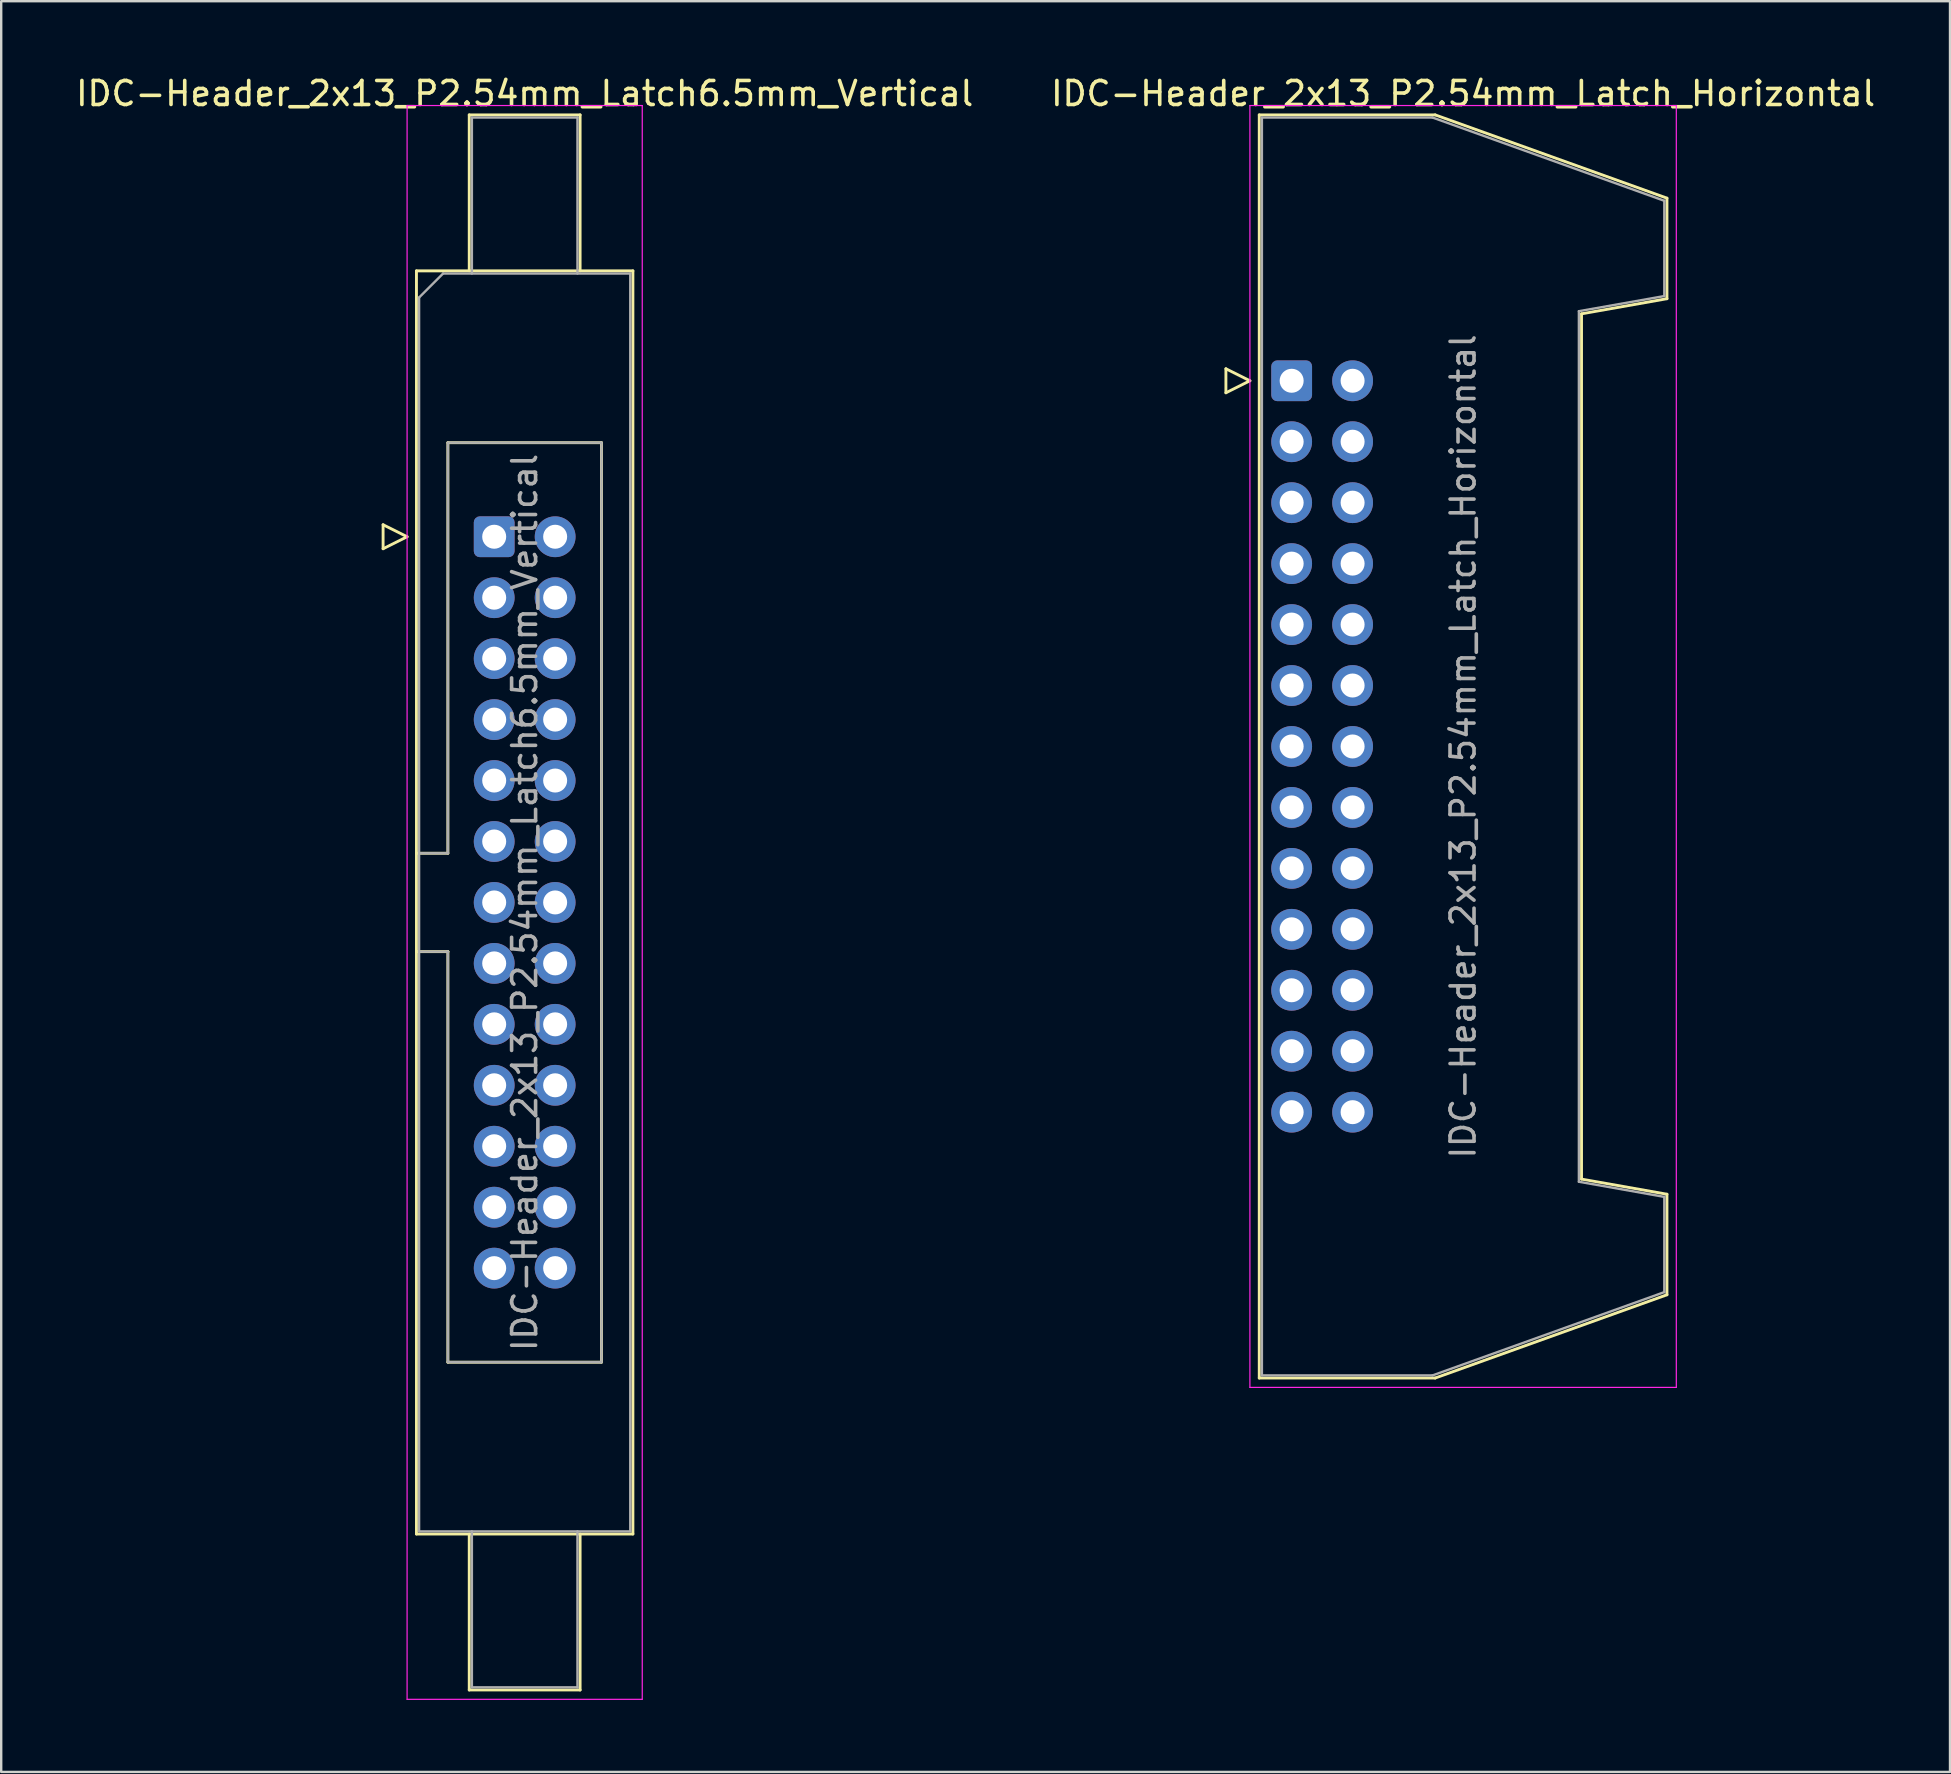
<source format=kicad_pcb>
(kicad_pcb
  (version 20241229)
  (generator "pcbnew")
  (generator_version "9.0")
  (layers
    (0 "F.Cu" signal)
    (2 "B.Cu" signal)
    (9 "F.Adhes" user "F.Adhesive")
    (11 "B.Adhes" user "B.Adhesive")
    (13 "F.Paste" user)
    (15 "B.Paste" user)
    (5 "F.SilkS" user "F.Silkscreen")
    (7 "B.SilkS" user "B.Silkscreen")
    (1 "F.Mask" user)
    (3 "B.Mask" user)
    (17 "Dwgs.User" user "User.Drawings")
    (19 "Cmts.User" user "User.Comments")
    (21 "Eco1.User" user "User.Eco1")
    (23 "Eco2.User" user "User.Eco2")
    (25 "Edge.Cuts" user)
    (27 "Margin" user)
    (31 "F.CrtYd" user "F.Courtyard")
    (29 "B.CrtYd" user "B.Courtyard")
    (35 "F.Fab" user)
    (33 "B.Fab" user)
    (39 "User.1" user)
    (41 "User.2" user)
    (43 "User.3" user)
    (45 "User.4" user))
  (footprint "IDC-Header_2x13_P2.54mm_Latch_Horizontal"
    (layer "F.Cu")
    (at 50.778 12.818)
    (property "Reference" "IDC-Header_2x13_P2.54mm_Latch_Horizontal" (at 7.145 -11.97 0) (layer "F.SilkS") (effects (font (size 1 1) (thickness 0.15))))
    (attr through_hole)
    (fp_line (start -2.74 -0.5) (end -2.74 0.5) (stroke (width 0.12) (type solid)) (layer "F.SilkS"))
    (fp_line (start -2.74 0.5) (end -1.74 0) (stroke (width 0.12) (type solid)) (layer "F.SilkS"))
    (fp_line (start -1.74 0) (end -2.74 -0.5) (stroke (width 0.12) (type solid)) (layer "F.SilkS"))
    (fp_line (start -1.35 -11.08) (end 5.98 -11.08) (stroke (width 0.12) (type solid)) (layer "F.SilkS"))
    (fp_line (start -1.35 41.56) (end -1.35 -11.08) (stroke (width 0.12) (type solid)) (layer "F.SilkS"))
    (fp_line (start 5.98 -11.08) (end 15.64 -7.61) (stroke (width 0.12) (type solid)) (layer "F.SilkS"))
    (fp_line (start 5.98 41.56) (end -1.35 41.56) (stroke (width 0.12) (type solid)) (layer "F.SilkS"))
    (fp_line (start 12.08 -2.79) (end 12.08 33.27) (stroke (width 0.12) (type solid)) (layer "F.SilkS"))
    (fp_line (start 12.08 33.27) (end 15.64 33.9) (stroke (width 0.12) (type solid)) (layer "F.SilkS"))
    (fp_line (start 15.64 -7.61) (end 15.64 -3.42) (stroke (width 0.12) (type solid)) (layer "F.SilkS"))
    (fp_line (start 15.64 -3.42) (end 12.08 -2.79) (stroke (width 0.12) (type solid)) (layer "F.SilkS"))
    (fp_line (start 15.64 33.9) (end 15.64 38.09) (stroke (width 0.12) (type solid)) (layer "F.SilkS"))
    (fp_line (start 15.64 38.09) (end 5.98 41.56) (stroke (width 0.12) (type solid)) (layer "F.SilkS"))
    (fp_line (start -1.74 -11.47) (end -1.74 41.95) (stroke (width 0.05) (type solid)) (layer "F.CrtYd"))
    (fp_line (start -1.74 41.95) (end 16.03 41.95) (stroke (width 0.05) (type solid)) (layer "F.CrtYd"))
    (fp_line (start 16.03 -11.47) (end -1.74 -11.47) (stroke (width 0.05) (type solid)) (layer "F.CrtYd"))
    (fp_line (start 16.03 41.95) (end 16.03 -11.47) (stroke (width 0.05) (type solid)) (layer "F.CrtYd"))
    (fp_line (start -1.24 -10.97) (end 5.87 -10.97) (stroke (width 0.1) (type solid)) (layer "F.Fab"))
    (fp_line (start -1.24 41.45) (end -1.24 -10.97) (stroke (width 0.1) (type solid)) (layer "F.Fab"))
    (fp_line (start 5.87 -10.97) (end 15.53 -7.5) (stroke (width 0.1) (type solid)) (layer "F.Fab"))
    (fp_line (start 5.87 41.45) (end -1.24 41.45) (stroke (width 0.1) (type solid)) (layer "F.Fab"))
    (fp_line (start 11.97 -2.9) (end 11.97 33.38) (stroke (width 0.1) (type solid)) (layer "F.Fab"))
    (fp_line (start 11.97 33.38) (end 15.53 34.01) (stroke (width 0.1) (type solid)) (layer "F.Fab"))
    (fp_line (start 15.53 -7.5) (end 15.53 -3.53) (stroke (width 0.1) (type solid)) (layer "F.Fab"))
    (fp_line (start 15.53 -3.53) (end 11.97 -2.9) (stroke (width 0.1) (type solid)) (layer "F.Fab"))
    (fp_line (start 15.53 34.01) (end 15.53 37.98) (stroke (width 0.1) (type solid)) (layer "F.Fab"))
    (fp_line (start 15.53 37.98) (end 5.87 41.45) (stroke (width 0.1) (type solid)) (layer "F.Fab"))
    (fp_text user "${REFERENCE}" (at 7.145 15.24 90) (layer "F.Fab") (effects (font (size 1 1) (thickness 0.15))))
    (pad "1" thru_hole roundrect (at 0 0) (size 1.7 1.7) (drill 1) (layers "*.Cu" "*.Mask") (roundrect_rratio 0.147))
    (pad "2" thru_hole circle (at 2.54 0) (size 1.7 1.7) (drill 1) (layers "*.Cu" "*.Mask"))
    (pad "3" thru_hole circle (at 0 2.54) (size 1.7 1.7) (drill 1) (layers "*.Cu" "*.Mask"))
    (pad "4" thru_hole circle (at 2.54 2.54) (size 1.7 1.7) (drill 1) (layers "*.Cu" "*.Mask"))
    (pad "5" thru_hole circle (at 0 5.08) (size 1.7 1.7) (drill 1) (layers "*.Cu" "*.Mask"))
    (pad "6" thru_hole circle (at 2.54 5.08) (size 1.7 1.7) (drill 1) (layers "*.Cu" "*.Mask"))
    (pad "7" thru_hole circle (at 0 7.62) (size 1.7 1.7) (drill 1) (layers "*.Cu" "*.Mask"))
    (pad "8" thru_hole circle (at 2.54 7.62) (size 1.7 1.7) (drill 1) (layers "*.Cu" "*.Mask"))
    (pad "9" thru_hole circle (at 0 10.16) (size 1.7 1.7) (drill 1) (layers "*.Cu" "*.Mask"))
    (pad "10" thru_hole circle (at 2.54 10.16) (size 1.7 1.7) (drill 1) (layers "*.Cu" "*.Mask"))
    (pad "11" thru_hole circle (at 0 12.7) (size 1.7 1.7) (drill 1) (layers "*.Cu" "*.Mask"))
    (pad "12" thru_hole circle (at 2.54 12.7) (size 1.7 1.7) (drill 1) (layers "*.Cu" "*.Mask"))
    (pad "13" thru_hole circle (at 0 15.24) (size 1.7 1.7) (drill 1) (layers "*.Cu" "*.Mask"))
    (pad "14" thru_hole circle (at 2.54 15.24) (size 1.7 1.7) (drill 1) (layers "*.Cu" "*.Mask"))
    (pad "15" thru_hole circle (at 0 17.78) (size 1.7 1.7) (drill 1) (layers "*.Cu" "*.Mask"))
    (pad "16" thru_hole circle (at 2.54 17.78) (size 1.7 1.7) (drill 1) (layers "*.Cu" "*.Mask"))
    (pad "17" thru_hole circle (at 0 20.32) (size 1.7 1.7) (drill 1) (layers "*.Cu" "*.Mask"))
    (pad "18" thru_hole circle (at 2.54 20.32) (size 1.7 1.7) (drill 1) (layers "*.Cu" "*.Mask"))
    (pad "19" thru_hole circle (at 0 22.86) (size 1.7 1.7) (drill 1) (layers "*.Cu" "*.Mask"))
    (pad "20" thru_hole circle (at 2.54 22.86) (size 1.7 1.7) (drill 1) (layers "*.Cu" "*.Mask"))
    (pad "21" thru_hole circle (at 0 25.4) (size 1.7 1.7) (drill 1) (layers "*.Cu" "*.Mask"))
    (pad "22" thru_hole circle (at 2.54 25.4) (size 1.7 1.7) (drill 1) (layers "*.Cu" "*.Mask"))
    (pad "23" thru_hole circle (at 0 27.94) (size 1.7 1.7) (drill 1) (layers "*.Cu" "*.Mask"))
    (pad "24" thru_hole circle (at 2.54 27.94) (size 1.7 1.7) (drill 1) (layers "*.Cu" "*.Mask"))
    (pad "25" thru_hole circle (at 0 30.48) (size 1.7 1.7) (drill 1) (layers "*.Cu" "*.Mask"))
    (pad "26" thru_hole circle (at 2.54 30.48) (size 1.7 1.7) (drill 1) (layers "*.Cu" "*.Mask")))
  (footprint "IDC-Header_2x13_P2.54mm_Latch6.5mm_Vertical"
    (layer "F.Cu")
    (at 17.545 19.318)
    (property "Reference" "IDC-Header_2x13_P2.54mm_Latch6.5mm_Vertical" (at 1.27 -18.47 0) (layer "F.SilkS") (effects (font (size 1 1) (thickness 0.15))))
    (attr through_hole)
    (fp_line (start -4.63 -0.5) (end -4.63 0.5) (stroke (width 0.12) (type solid)) (layer "F.SilkS"))
    (fp_line (start -4.63 0.5) (end -3.63 0) (stroke (width 0.12) (type solid)) (layer "F.SilkS"))
    (fp_line (start -3.63 0) (end -4.63 -0.5) (stroke (width 0.12) (type solid)) (layer "F.SilkS"))
    (fp_line (start -3.24 -11.08) (end 5.78 -11.08) (stroke (width 0.12) (type solid)) (layer "F.SilkS"))
    (fp_line (start -3.24 13.19) (end -1.93 13.19) (stroke (width 0.12) (type solid)) (layer "F.SilkS"))
    (fp_line (start -3.24 41.56) (end -3.24 -11.08) (stroke (width 0.12) (type solid)) (layer "F.SilkS"))
    (fp_line (start -1.93 -3.92) (end 4.47 -3.92) (stroke (width 0.12) (type solid)) (layer "F.SilkS"))
    (fp_line (start -1.93 13.19) (end -1.93 -3.92) (stroke (width 0.12) (type solid)) (layer "F.SilkS"))
    (fp_line (start -1.93 17.29) (end -3.24 17.29) (stroke (width 0.12) (type solid)) (layer "F.SilkS"))
    (fp_line (start -1.93 17.29) (end -1.93 17.29) (stroke (width 0.12) (type solid)) (layer "F.SilkS"))
    (fp_line (start -1.93 34.4) (end -1.93 17.29) (stroke (width 0.12) (type solid)) (layer "F.SilkS"))
    (fp_line (start -1.04 -17.58) (end 3.58 -17.58) (stroke (width 0.12) (type solid)) (layer "F.SilkS"))
    (fp_line (start -1.04 -11.08) (end -1.04 -17.58) (stroke (width 0.12) (type solid)) (layer "F.SilkS"))
    (fp_line (start -1.04 41.56) (end -1.04 48.06) (stroke (width 0.12) (type solid)) (layer "F.SilkS"))
    (fp_line (start -1.04 48.06) (end 3.58 48.06) (stroke (width 0.12) (type solid)) (layer "F.SilkS"))
    (fp_line (start 3.58 -17.58) (end 3.58 -11.08) (stroke (width 0.12) (type solid)) (layer "F.SilkS"))
    (fp_line (start 3.58 48.06) (end 3.58 41.56) (stroke (width 0.12) (type solid)) (layer "F.SilkS"))
    (fp_line (start 4.47 -3.92) (end 4.47 34.4) (stroke (width 0.12) (type solid)) (layer "F.SilkS"))
    (fp_line (start 4.47 34.4) (end -1.93 34.4) (stroke (width 0.12) (type solid)) (layer "F.SilkS"))
    (fp_line (start 5.78 -11.08) (end 5.78 41.56) (stroke (width 0.12) (type solid)) (layer "F.SilkS"))
    (fp_line (start 5.78 41.56) (end -3.24 41.56) (stroke (width 0.12) (type solid)) (layer "F.SilkS"))
    (fp_line (start -3.63 -17.97) (end -3.63 48.45) (stroke (width 0.05) (type solid)) (layer "F.CrtYd"))
    (fp_line (start -3.63 48.45) (end 6.17 48.45) (stroke (width 0.05) (type solid)) (layer "F.CrtYd"))
    (fp_line (start 6.17 -17.97) (end -3.63 -17.97) (stroke (width 0.05) (type solid)) (layer "F.CrtYd"))
    (fp_line (start 6.17 48.45) (end 6.17 -17.97) (stroke (width 0.05) (type solid)) (layer "F.CrtYd"))
    (fp_line (start -3.13 -9.97) (end -2.13 -10.97) (stroke (width 0.1) (type solid)) (layer "F.Fab"))
    (fp_line (start -3.13 13.19) (end -1.93 13.19) (stroke (width 0.1) (type solid)) (layer "F.Fab"))
    (fp_line (start -3.13 41.45) (end -3.13 -9.97) (stroke (width 0.1) (type solid)) (layer "F.Fab"))
    (fp_line (start -2.13 -10.97) (end 5.67 -10.97) (stroke (width 0.1) (type solid)) (layer "F.Fab"))
    (fp_line (start -1.93 -3.92) (end 4.47 -3.92) (stroke (width 0.1) (type solid)) (layer "F.Fab"))
    (fp_line (start -1.93 13.19) (end -1.93 -3.92) (stroke (width 0.1) (type solid)) (layer "F.Fab"))
    (fp_line (start -1.93 17.29) (end -3.13 17.29) (stroke (width 0.1) (type solid)) (layer "F.Fab"))
    (fp_line (start -1.93 17.29) (end -1.93 17.29) (stroke (width 0.1) (type solid)) (layer "F.Fab"))
    (fp_line (start -1.93 34.4) (end -1.93 17.29) (stroke (width 0.1) (type solid)) (layer "F.Fab"))
    (fp_line (start -0.93 -17.47) (end 3.47 -17.47) (stroke (width 0.1) (type solid)) (layer "F.Fab"))
    (fp_line (start -0.93 -10.97) (end -0.93 -17.47) (stroke (width 0.1) (type solid)) (layer "F.Fab"))
    (fp_line (start -0.93 41.45) (end -0.93 47.95) (stroke (width 0.1) (type solid)) (layer "F.Fab"))
    (fp_line (start -0.93 47.95) (end 3.47 47.95) (stroke (width 0.1) (type solid)) (layer "F.Fab"))
    (fp_line (start 3.47 -17.47) (end 3.47 -10.97) (stroke (width 0.1) (type solid)) (layer "F.Fab"))
    (fp_line (start 3.47 47.95) (end 3.47 41.45) (stroke (width 0.1) (type solid)) (layer "F.Fab"))
    (fp_line (start 4.47 -3.92) (end 4.47 34.4) (stroke (width 0.1) (type solid)) (layer "F.Fab"))
    (fp_line (start 4.47 34.4) (end -1.93 34.4) (stroke (width 0.1) (type solid)) (layer "F.Fab"))
    (fp_line (start 5.67 -10.97) (end 5.67 41.45) (stroke (width 0.1) (type solid)) (layer "F.Fab"))
    (fp_line (start 5.67 41.45) (end -3.13 41.45) (stroke (width 0.1) (type solid)) (layer "F.Fab"))
    (fp_text user "${REFERENCE}" (at 1.27 15.24 90) (layer "F.Fab") (effects (font (size 1 1) (thickness 0.15))))
    (pad "1" thru_hole roundrect (at 0 0) (size 1.7 1.7) (drill 1) (layers "*.Cu" "*.Mask") (roundrect_rratio 0.147))
    (pad "2" thru_hole circle (at 2.54 0) (size 1.7 1.7) (drill 1) (layers "*.Cu" "*.Mask"))
    (pad "3" thru_hole circle (at 0 2.54) (size 1.7 1.7) (drill 1) (layers "*.Cu" "*.Mask"))
    (pad "4" thru_hole circle (at 2.54 2.54) (size 1.7 1.7) (drill 1) (layers "*.Cu" "*.Mask"))
    (pad "5" thru_hole circle (at 0 5.08) (size 1.7 1.7) (drill 1) (layers "*.Cu" "*.Mask"))
    (pad "6" thru_hole circle (at 2.54 5.08) (size 1.7 1.7) (drill 1) (layers "*.Cu" "*.Mask"))
    (pad "7" thru_hole circle (at 0 7.62) (size 1.7 1.7) (drill 1) (layers "*.Cu" "*.Mask"))
    (pad "8" thru_hole circle (at 2.54 7.62) (size 1.7 1.7) (drill 1) (layers "*.Cu" "*.Mask"))
    (pad "9" thru_hole circle (at 0 10.16) (size 1.7 1.7) (drill 1) (layers "*.Cu" "*.Mask"))
    (pad "10" thru_hole circle (at 2.54 10.16) (size 1.7 1.7) (drill 1) (layers "*.Cu" "*.Mask"))
    (pad "11" thru_hole circle (at 0 12.7) (size 1.7 1.7) (drill 1) (layers "*.Cu" "*.Mask"))
    (pad "12" thru_hole circle (at 2.54 12.7) (size 1.7 1.7) (drill 1) (layers "*.Cu" "*.Mask"))
    (pad "13" thru_hole circle (at 0 15.24) (size 1.7 1.7) (drill 1) (layers "*.Cu" "*.Mask"))
    (pad "14" thru_hole circle (at 2.54 15.24) (size 1.7 1.7) (drill 1) (layers "*.Cu" "*.Mask"))
    (pad "15" thru_hole circle (at 0 17.78) (size 1.7 1.7) (drill 1) (layers "*.Cu" "*.Mask"))
    (pad "16" thru_hole circle (at 2.54 17.78) (size 1.7 1.7) (drill 1) (layers "*.Cu" "*.Mask"))
    (pad "17" thru_hole circle (at 0 20.32) (size 1.7 1.7) (drill 1) (layers "*.Cu" "*.Mask"))
    (pad "18" thru_hole circle (at 2.54 20.32) (size 1.7 1.7) (drill 1) (layers "*.Cu" "*.Mask"))
    (pad "19" thru_hole circle (at 0 22.86) (size 1.7 1.7) (drill 1) (layers "*.Cu" "*.Mask"))
    (pad "20" thru_hole circle (at 2.54 22.86) (size 1.7 1.7) (drill 1) (layers "*.Cu" "*.Mask"))
    (pad "21" thru_hole circle (at 0 25.4) (size 1.7 1.7) (drill 1) (layers "*.Cu" "*.Mask"))
    (pad "22" thru_hole circle (at 2.54 25.4) (size 1.7 1.7) (drill 1) (layers "*.Cu" "*.Mask"))
    (pad "23" thru_hole circle (at 0 27.94) (size 1.7 1.7) (drill 1) (layers "*.Cu" "*.Mask"))
    (pad "24" thru_hole circle (at 2.54 27.94) (size 1.7 1.7) (drill 1) (layers "*.Cu" "*.Mask"))
    (pad "25" thru_hole circle (at 0 30.48) (size 1.7 1.7) (drill 1) (layers "*.Cu" "*.Mask"))
    (pad "26" thru_hole circle (at 2.54 30.48) (size 1.7 1.7) (drill 1) (layers "*.Cu" "*.Mask")))
  (gr_rect
    (start -3 -3)
    (end 78.214 70.793)
    (stroke (width 0.1) (type default))
    (fill no)
    (layer "Edge.Cuts")))
</source>
